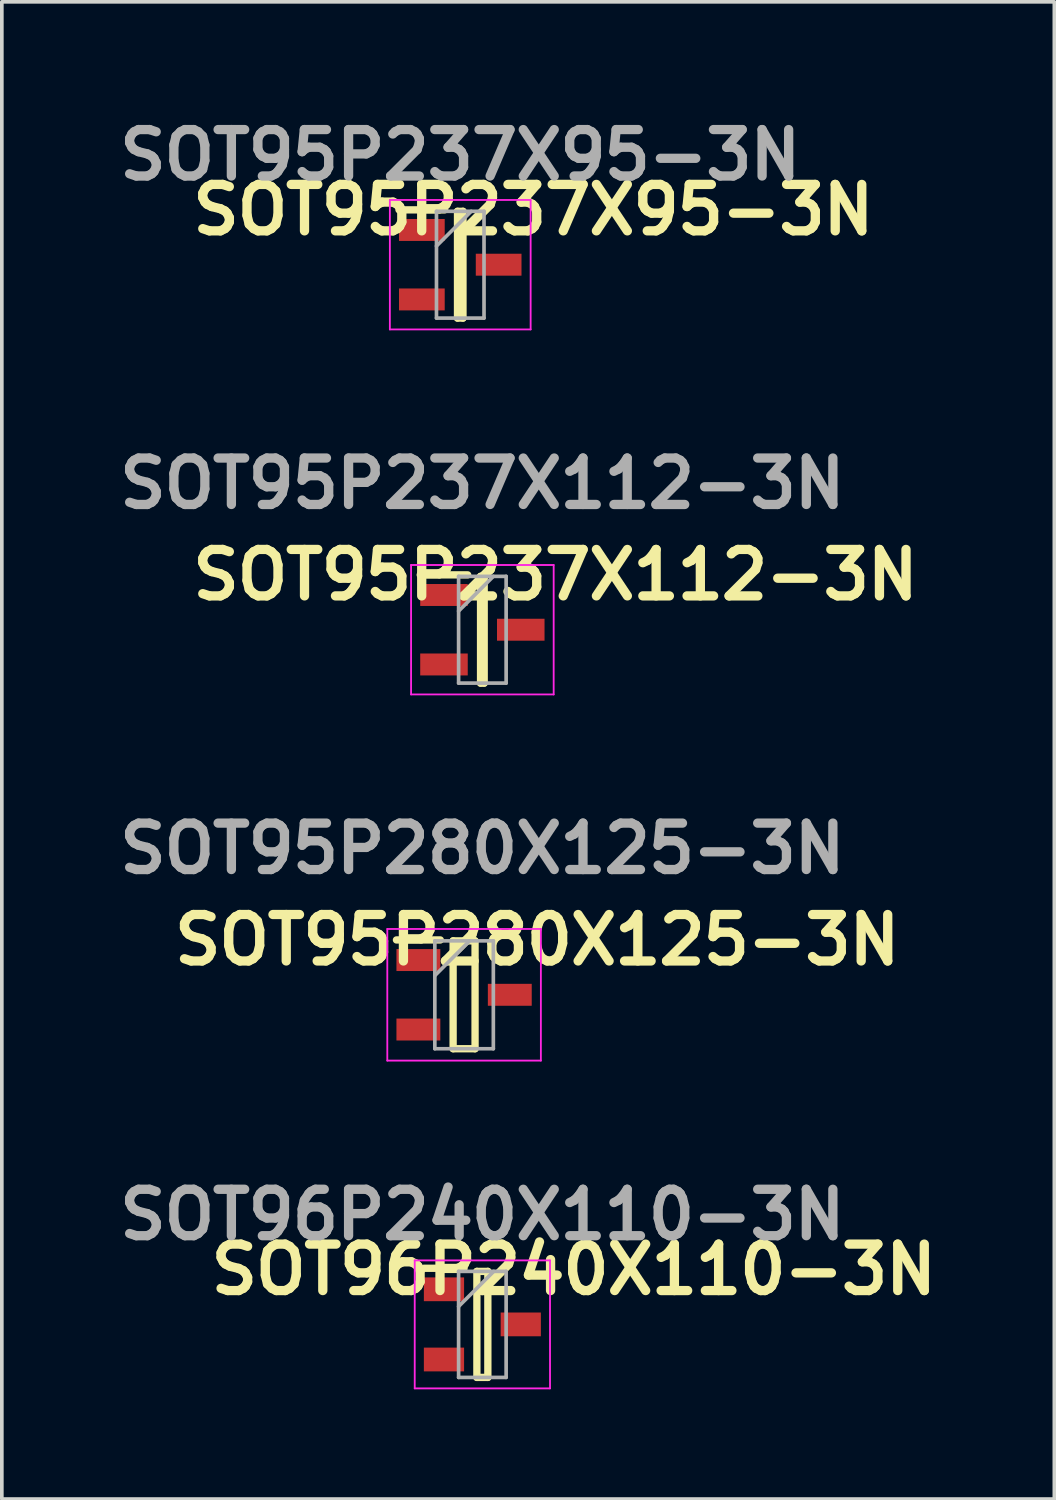
<source format=kicad_pcb>
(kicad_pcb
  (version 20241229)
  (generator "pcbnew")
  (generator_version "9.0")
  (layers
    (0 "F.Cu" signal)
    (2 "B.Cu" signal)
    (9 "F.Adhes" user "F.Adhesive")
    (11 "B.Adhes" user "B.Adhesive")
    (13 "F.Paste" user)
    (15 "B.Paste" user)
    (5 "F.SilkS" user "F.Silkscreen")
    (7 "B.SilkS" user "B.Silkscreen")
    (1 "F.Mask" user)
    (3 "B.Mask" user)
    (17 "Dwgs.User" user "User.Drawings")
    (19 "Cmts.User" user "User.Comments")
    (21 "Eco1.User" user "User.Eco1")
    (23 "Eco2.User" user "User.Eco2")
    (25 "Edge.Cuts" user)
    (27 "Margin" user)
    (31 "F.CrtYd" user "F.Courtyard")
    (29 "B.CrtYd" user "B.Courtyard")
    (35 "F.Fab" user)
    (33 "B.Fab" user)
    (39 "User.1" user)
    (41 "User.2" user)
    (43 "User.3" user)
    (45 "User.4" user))
  (footprint "SOT95P237X95-3N"
    (layer "F.Cu")
    (at 9.537 4.189)
    (property "Reference" "SOT95P237X95-3N" (at 2 -1.5 0) (layer "F.SilkS") (effects (font (size 1.27 1.27) (thickness 0.254))))
    (attr smd)
    (fp_line (start -1.675 -1.5) (end -0.425 -1.5) (stroke (width 0.2) (type solid)) (layer "F.SilkS"))
    (fp_line (start -0.075 -1.46) (end 0.075 -1.46) (stroke (width 0.2) (type solid)) (layer "F.SilkS"))
    (fp_line (start -0.075 1.46) (end -0.075 -1.46) (stroke (width 0.2) (type solid)) (layer "F.SilkS"))
    (fp_line (start 0.075 -1.46) (end 0.075 1.46) (stroke (width 0.2) (type solid)) (layer "F.SilkS"))
    (fp_line (start 0.075 1.46) (end -0.075 1.46) (stroke (width 0.2) (type solid)) (layer "F.SilkS"))
    (fp_line (start -1.925 -1.77) (end 1.925 -1.77) (stroke (width 0.05) (type solid)) (layer "F.CrtYd"))
    (fp_line (start -1.925 1.77) (end -1.925 -1.77) (stroke (width 0.05) (type solid)) (layer "F.CrtYd"))
    (fp_line (start 1.925 -1.77) (end 1.925 1.77) (stroke (width 0.05) (type solid)) (layer "F.CrtYd"))
    (fp_line (start 1.925 1.77) (end -1.925 1.77) (stroke (width 0.05) (type solid)) (layer "F.CrtYd"))
    (fp_line (start -0.65 -1.46) (end 0.65 -1.46) (stroke (width 0.1) (type solid)) (layer "F.Fab"))
    (fp_line (start -0.65 -0.51) (end 0.3 -1.46) (stroke (width 0.1) (type solid)) (layer "F.Fab"))
    (fp_line (start -0.65 1.46) (end -0.65 -1.46) (stroke (width 0.1) (type solid)) (layer "F.Fab"))
    (fp_line (start 0.65 -1.46) (end 0.65 1.46) (stroke (width 0.1) (type solid)) (layer "F.Fab"))
    (fp_line (start 0.65 1.46) (end -0.65 1.46) (stroke (width 0.1) (type solid)) (layer "F.Fab"))
    (fp_text user "${REFERENCE}" (at 0 -3 0) (layer "F.Fab") (effects (font (size 1.27 1.27) (thickness 0.254))))
    (pad "1" smd rect (at -1.05 -0.95 90) (size 0.6 1.25) (layers "F.Cu" "F.Mask" "F.Paste"))
    (pad "2" smd rect (at -1.05 0.95 90) (size 0.6 1.25) (layers "F.Cu" "F.Mask" "F.Paste"))
    (pad "3" smd rect (at 1.05 0 90) (size 0.6 1.25) (layers "F.Cu" "F.Mask" "F.Paste")))
  (footprint "SOT95P237X112-3N"
    (layer "F.Cu")
    (at 10.142 14.172)
    (property "Reference" "SOT95P237X112-3N" (at 2 -1.5 0) (layer "F.SilkS") (effects (font (size 1.27 1.27) (thickness 0.254))))
    (attr smd)
    (fp_line (start -1.7 -1.5) (end -0.4 -1.5) (stroke (width 0.2) (type solid)) (layer "F.SilkS"))
    (fp_line (start -0.05 -1.46) (end 0.05 -1.46) (stroke (width 0.2) (type solid)) (layer "F.SilkS"))
    (fp_line (start -0.05 1.46) (end -0.05 -1.46) (stroke (width 0.2) (type solid)) (layer "F.SilkS"))
    (fp_line (start 0.05 -1.46) (end 0.05 1.46) (stroke (width 0.2) (type solid)) (layer "F.SilkS"))
    (fp_line (start 0.05 1.46) (end -0.05 1.46) (stroke (width 0.2) (type solid)) (layer "F.SilkS"))
    (fp_line (start -1.95 -1.77) (end 1.95 -1.77) (stroke (width 0.05) (type solid)) (layer "F.CrtYd"))
    (fp_line (start -1.95 1.77) (end -1.95 -1.77) (stroke (width 0.05) (type solid)) (layer "F.CrtYd"))
    (fp_line (start 1.95 -1.77) (end 1.95 1.77) (stroke (width 0.05) (type solid)) (layer "F.CrtYd"))
    (fp_line (start 1.95 1.77) (end -1.95 1.77) (stroke (width 0.05) (type solid)) (layer "F.CrtYd"))
    (fp_line (start -0.65 -1.46) (end 0.65 -1.46) (stroke (width 0.1) (type solid)) (layer "F.Fab"))
    (fp_line (start -0.65 -0.51) (end 0.3 -1.46) (stroke (width 0.1) (type solid)) (layer "F.Fab"))
    (fp_line (start -0.65 1.46) (end -0.65 -1.46) (stroke (width 0.1) (type solid)) (layer "F.Fab"))
    (fp_line (start 0.65 -1.46) (end 0.65 1.46) (stroke (width 0.1) (type solid)) (layer "F.Fab"))
    (fp_line (start 0.65 1.46) (end -0.65 1.46) (stroke (width 0.1) (type solid)) (layer "F.Fab"))
    (fp_text user "${REFERENCE}" (at 0 -4 0) (layer "F.Fab") (effects (font (size 1.27 1.27) (thickness 0.254))))
    (pad "1" smd rect (at -1.05 -0.95 90) (size 0.6 1.3) (layers "F.Cu" "F.Mask" "F.Paste"))
    (pad "2" smd rect (at -1.05 0.95 90) (size 0.6 1.3) (layers "F.Cu" "F.Mask" "F.Paste"))
    (pad "3" smd rect (at 1.05 0 90) (size 0.6 1.3) (layers "F.Cu" "F.Mask" "F.Paste")))
  (footprint "SOT95P280X125-3N"
    (layer "F.Cu")
    (at 9.642 24.156)
    (property "Reference" "SOT95P280X125-3N" (at 2 -1.5 0) (layer "F.SilkS") (effects (font (size 1.27 1.27) (thickness 0.254))))
    (attr smd)
    (fp_line (start -1.85 -1.5) (end -0.65 -1.5) (stroke (width 0.2) (type solid)) (layer "F.SilkS"))
    (fp_line (start -0.3 -1.475) (end 0.3 -1.475) (stroke (width 0.2) (type solid)) (layer "F.SilkS"))
    (fp_line (start -0.3 1.475) (end -0.3 -1.475) (stroke (width 0.2) (type solid)) (layer "F.SilkS"))
    (fp_line (start 0.3 -1.475) (end 0.3 1.475) (stroke (width 0.2) (type solid)) (layer "F.SilkS"))
    (fp_line (start 0.3 1.475) (end -0.3 1.475) (stroke (width 0.2) (type solid)) (layer "F.SilkS"))
    (fp_line (start -2.1 -1.8) (end 2.1 -1.8) (stroke (width 0.05) (type solid)) (layer "F.CrtYd"))
    (fp_line (start -2.1 1.8) (end -2.1 -1.8) (stroke (width 0.05) (type solid)) (layer "F.CrtYd"))
    (fp_line (start 2.1 -1.8) (end 2.1 1.8) (stroke (width 0.05) (type solid)) (layer "F.CrtYd"))
    (fp_line (start 2.1 1.8) (end -2.1 1.8) (stroke (width 0.05) (type solid)) (layer "F.CrtYd"))
    (fp_line (start -0.8 -1.475) (end 0.8 -1.475) (stroke (width 0.1) (type solid)) (layer "F.Fab"))
    (fp_line (start -0.8 -0.525) (end 0.15 -1.475) (stroke (width 0.1) (type solid)) (layer "F.Fab"))
    (fp_line (start -0.8 1.475) (end -0.8 -1.475) (stroke (width 0.1) (type solid)) (layer "F.Fab"))
    (fp_line (start 0.8 -1.475) (end 0.8 1.475) (stroke (width 0.1) (type solid)) (layer "F.Fab"))
    (fp_line (start 0.8 1.475) (end -0.8 1.475) (stroke (width 0.1) (type solid)) (layer "F.Fab"))
    (fp_text user "${REFERENCE}" (at 0.5 -4 0) (layer "F.Fab") (effects (font (size 1.27 1.27) (thickness 0.254))))
    (pad "1" smd rect (at -1.25 -0.95 90) (size 0.6 1.2) (layers "F.Cu" "F.Mask" "F.Paste"))
    (pad "2" smd rect (at -1.25 0.95 90) (size 0.6 1.2) (layers "F.Cu" "F.Mask" "F.Paste"))
    (pad "3" smd rect (at 1.25 0 90) (size 0.6 1.2) (layers "F.Cu" "F.Mask" "F.Paste")))
  (footprint "SOT96P240X110-3N"
    (layer "F.Cu")
    (at 10.142 33.17)
    (property "Reference" "SOT96P240X110-3N" (at 2.5 -1.5 0) (layer "F.SilkS") (effects (font (size 1.27 1.27) (thickness 0.254))))
    (attr smd)
    (fp_line (start -1.6 -1.535) (end -0.5 -1.535) (stroke (width 0.2) (type solid)) (layer "F.SilkS"))
    (fp_line (start -0.15 -1.45) (end 0.15 -1.45) (stroke (width 0.2) (type solid)) (layer "F.SilkS"))
    (fp_line (start -0.15 1.45) (end -0.15 -1.45) (stroke (width 0.2) (type solid)) (layer "F.SilkS"))
    (fp_line (start 0.15 -1.45) (end 0.15 1.45) (stroke (width 0.2) (type solid)) (layer "F.SilkS"))
    (fp_line (start 0.15 1.45) (end -0.15 1.45) (stroke (width 0.2) (type solid)) (layer "F.SilkS"))
    (fp_line (start -1.85 -1.75) (end 1.85 -1.75) (stroke (width 0.05) (type solid)) (layer "F.CrtYd"))
    (fp_line (start -1.85 1.75) (end -1.85 -1.75) (stroke (width 0.05) (type solid)) (layer "F.CrtYd"))
    (fp_line (start 1.85 -1.75) (end 1.85 1.75) (stroke (width 0.05) (type solid)) (layer "F.CrtYd"))
    (fp_line (start 1.85 1.75) (end -1.85 1.75) (stroke (width 0.05) (type solid)) (layer "F.CrtYd"))
    (fp_line (start -0.65 -1.45) (end 0.65 -1.45) (stroke (width 0.1) (type solid)) (layer "F.Fab"))
    (fp_line (start -0.65 -0.49) (end 0.31 -1.45) (stroke (width 0.1) (type solid)) (layer "F.Fab"))
    (fp_line (start -0.65 1.45) (end -0.65 -1.45) (stroke (width 0.1) (type solid)) (layer "F.Fab"))
    (fp_line (start 0.65 -1.45) (end 0.65 1.45) (stroke (width 0.1) (type solid)) (layer "F.Fab"))
    (fp_line (start 0.65 1.45) (end -0.65 1.45) (stroke (width 0.1) (type solid)) (layer "F.Fab"))
    (fp_text user "${REFERENCE}" (at 0 -3 0) (layer "F.Fab") (effects (font (size 1.27 1.27) (thickness 0.254))))
    (pad "1" smd rect (at -1.05 -0.96 90) (size 0.65 1.1) (layers "F.Cu" "F.Mask" "F.Paste"))
    (pad "2" smd rect (at -1.05 0.96 90) (size 0.65 1.1) (layers "F.Cu" "F.Mask" "F.Paste"))
    (pad "3" smd rect (at 1.05 0 90) (size 0.65 1.1) (layers "F.Cu" "F.Mask" "F.Paste")))
  (gr_rect
    (start -3 -3)
    (end 25.784 37.945)
    (stroke (width 0.1) (type default))
    (fill no)
    (layer "Edge.Cuts")))
</source>
